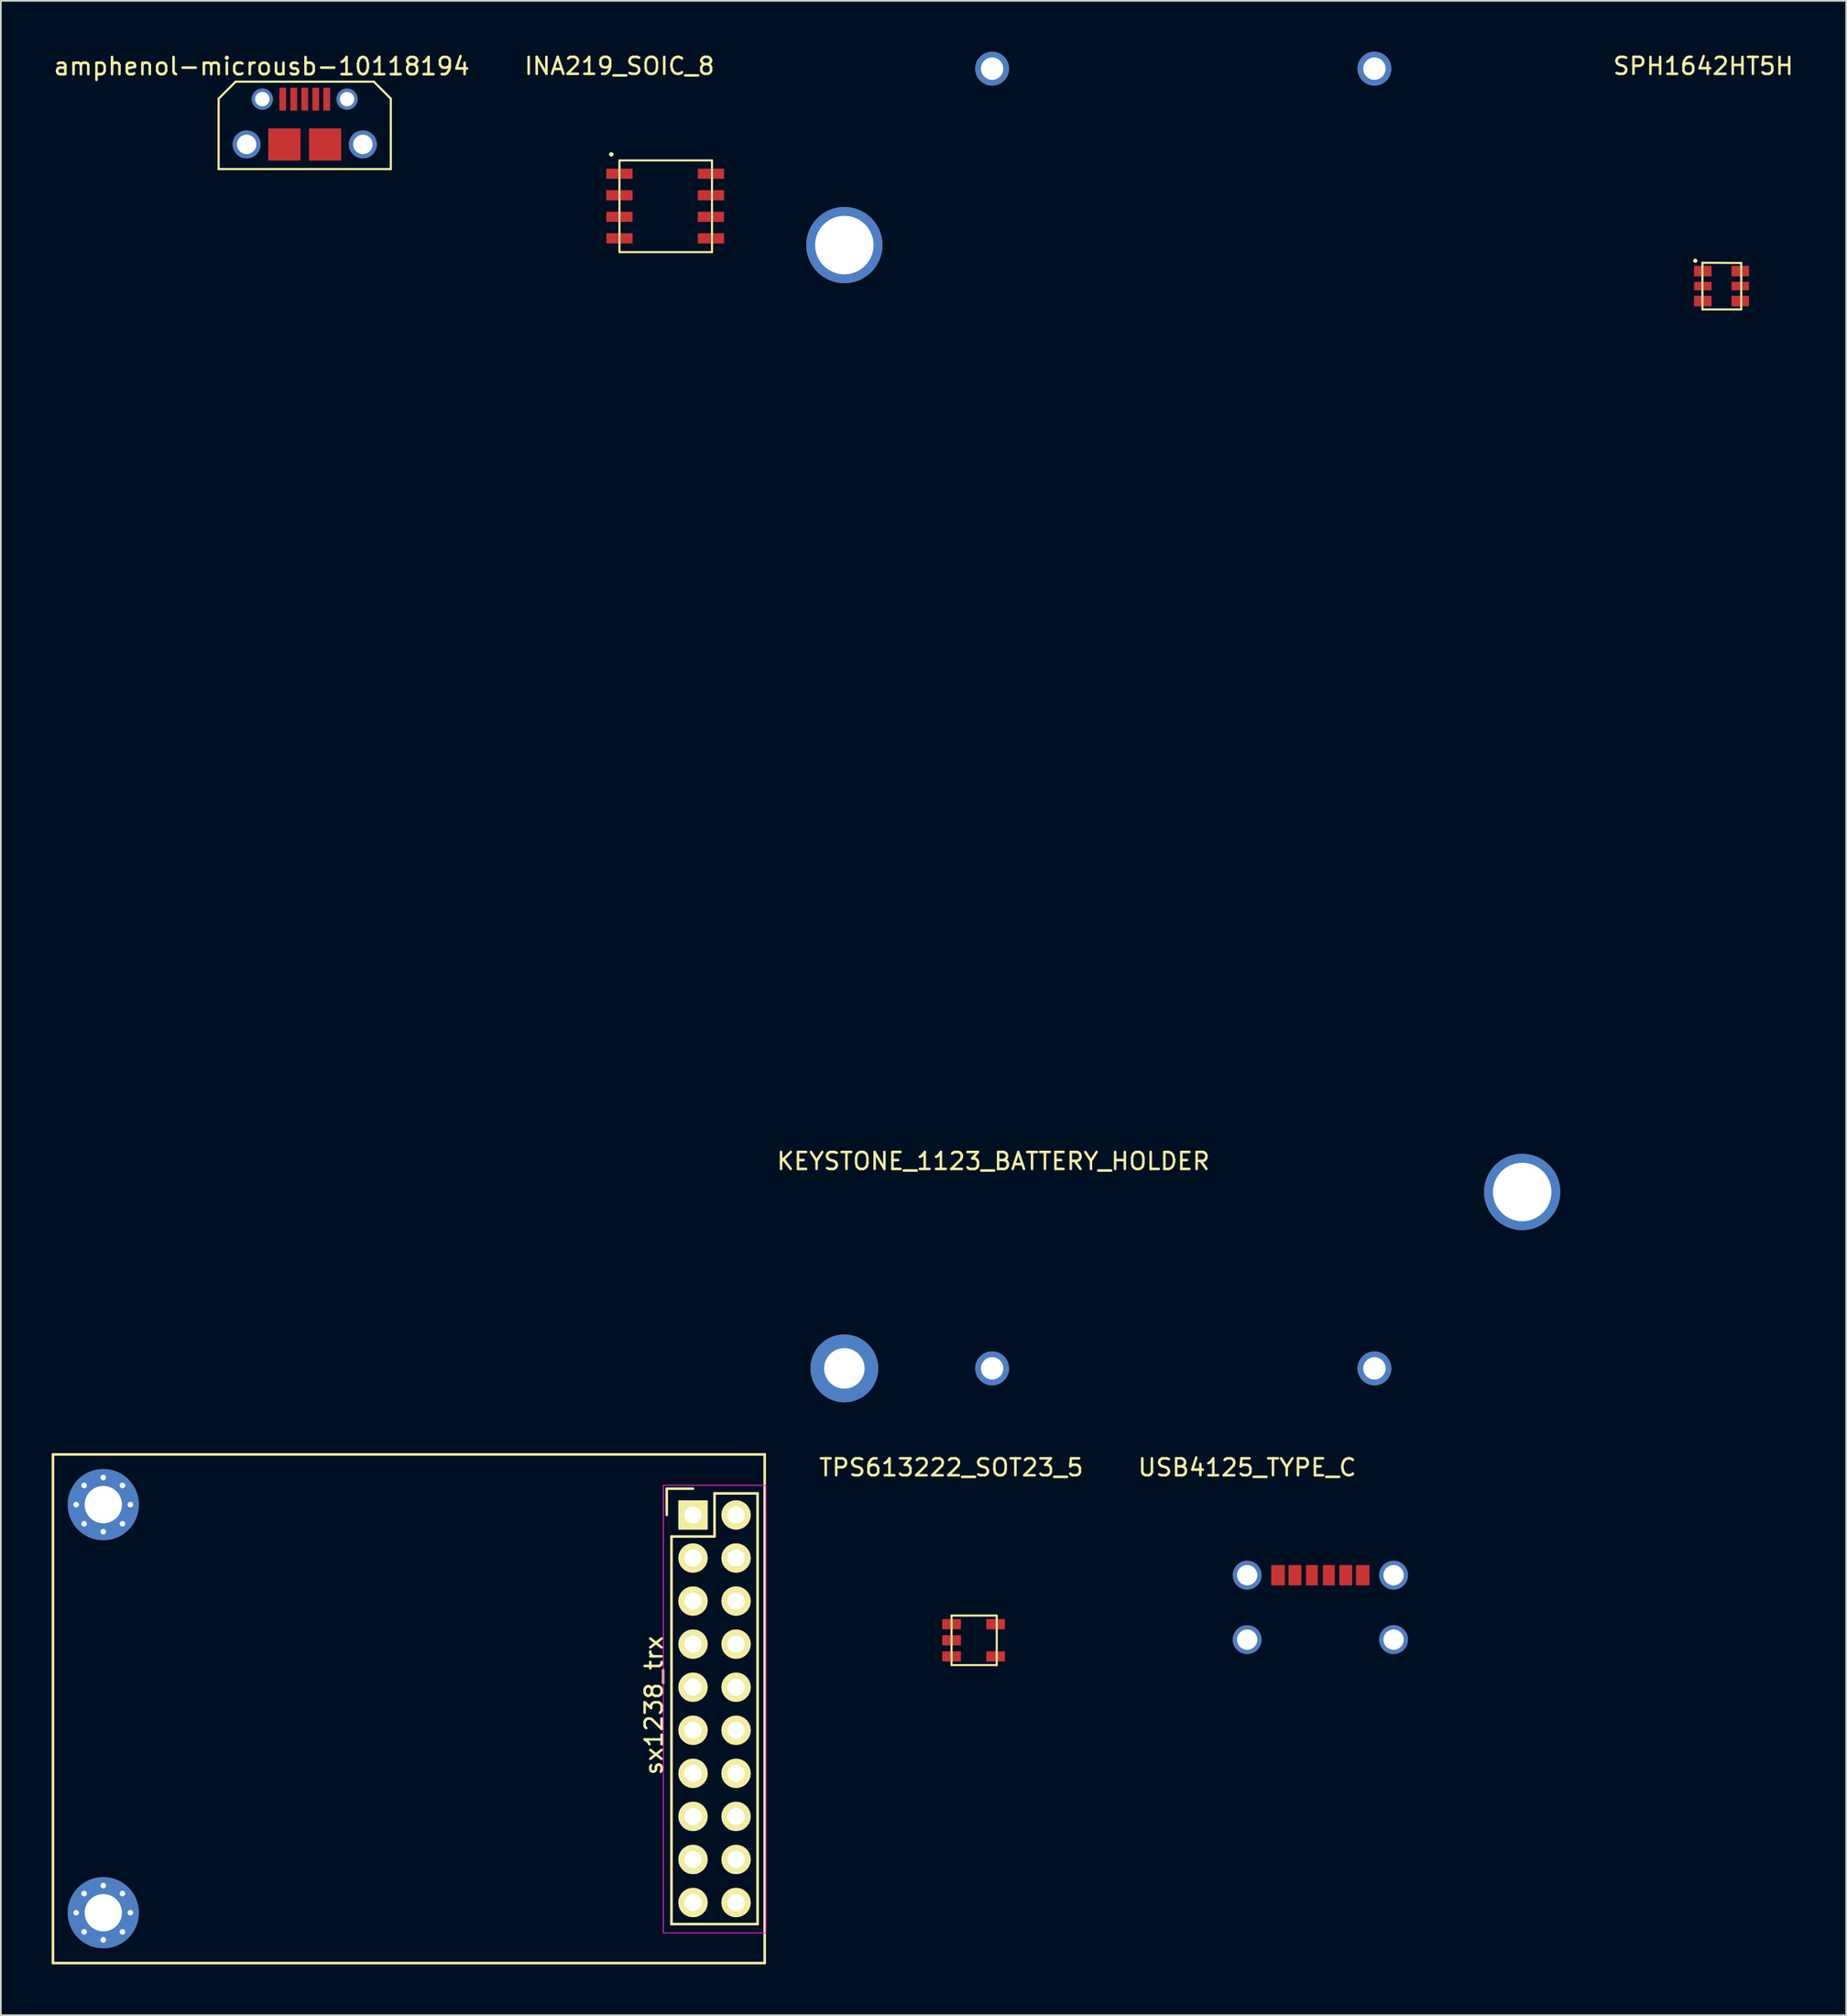
<source format=kicad_pcb>
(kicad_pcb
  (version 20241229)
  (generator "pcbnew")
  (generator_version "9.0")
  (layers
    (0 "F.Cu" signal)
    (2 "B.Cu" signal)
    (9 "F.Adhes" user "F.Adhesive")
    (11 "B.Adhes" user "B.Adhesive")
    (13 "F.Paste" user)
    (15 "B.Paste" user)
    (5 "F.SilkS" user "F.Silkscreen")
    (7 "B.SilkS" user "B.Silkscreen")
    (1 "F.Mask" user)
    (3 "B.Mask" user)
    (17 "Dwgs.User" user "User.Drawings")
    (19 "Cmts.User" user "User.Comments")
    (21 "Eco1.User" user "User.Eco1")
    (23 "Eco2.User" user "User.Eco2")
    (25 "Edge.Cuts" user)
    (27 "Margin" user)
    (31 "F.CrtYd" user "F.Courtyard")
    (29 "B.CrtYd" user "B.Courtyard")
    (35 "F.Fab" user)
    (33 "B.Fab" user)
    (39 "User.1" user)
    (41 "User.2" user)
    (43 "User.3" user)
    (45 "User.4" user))
  (footprint "KEYSTONE_1123_BATTERY_HOLDER"
    (layer "F.Cu")
    (at 55.495 77.66)
    (property "Reference" "KEYSTONE_1123_BATTERY_HOLDER" (at 0.07 -12.22 0) (layer "F.SilkS") (effects (font (size 1 1) (thickness 0.15))))
    (attr through_hole)
    (pad "" thru_hole circle (at -8.72 -66.255) (size 4.5 4.5) (drill 3.45) (layers "*.Cu" "*.Mask"))
    (pad "" thru_hole circle (at -8.72 0) (size 4 4) (drill 2.39) (layers "*.Cu" "*.Mask"))
    (pad "" thru_hole circle (at 31.28 -10.405) (size 4.5 4.5) (drill 3.45) (layers "*.Cu" "*.Mask"))
    (pad "1" thru_hole circle (at 0 -76.66) (size 2 2) (drill 1.32) (layers "*.Cu" "*.Mask"))
    (pad "1" thru_hole circle (at 22.56 0) (size 2 2) (drill 1.32) (layers "*.Cu" "*.Mask"))
    (pad "2" thru_hole circle (at 0 0) (size 2 2) (drill 1.32) (layers "*.Cu" "*.Mask"))
    (pad "2" thru_hole circle (at 22.56 -76.66) (size 2 2) (drill 1.32) (layers "*.Cu" "*.Mask")))
  (footprint "USB4125_TYPE_C"
    (layer "F.Cu")
    (at 70.545 89.858)
    (property "Reference" "USB4125_TYPE_C" (at 0 -6.35 0) (layer "F.SilkS") (effects (font (size 1 1) (thickness 0.15))))
    (attr through_hole)
    (pad "A5" smd rect (at 3.82 0) (size 0.7 1.2) (layers "F.Cu" "F.Mask" "F.Paste"))
    (pad "A9" smd rect (at 5.82 0) (size 0.76 1.2) (layers "F.Cu" "F.Mask" "F.Paste"))
    (pad "A12" smd rect (at 6.82 0) (size 0.8 1.2) (layers "F.Cu" "F.Mask" "F.Paste"))
    (pad "B5" smd rect (at 4.82 0) (size 0.7 1.2) (layers "F.Cu" "F.Mask" "F.Paste"))
    (pad "B9" smd rect (at 2.82 0) (size 0.76 1.2) (layers "F.Cu" "F.Mask" "F.Paste"))
    (pad "B12" smd rect (at 1.82 0) (size 0.8 1.2) (layers "F.Cu" "F.Mask" "F.Paste"))
    (pad "S1" thru_hole circle (at 0 0) (size 1.7 1.7) (drill 1.2) (layers "*.Cu" "*.Mask"))
    (pad "S1" thru_hole circle (at 0 3.8) (size 1.7 1.7) (drill 1.2) (layers "*.Cu" "*.Mask"))
    (pad "S1" thru_hole circle (at 8.64 0) (size 1.7 1.7) (drill 1.2) (layers "*.Cu" "*.Mask"))
    (pad "S1" thru_hole circle (at 8.64 3.8) (size 1.7 1.7) (drill 1.2) (layers "*.Cu" "*.Mask")))
  (footprint "amphenol-microusb-10118194"
    (layer "F.Cu")
    (at 14.932 4.067)
    (property "Reference" "amphenol-microusb-10118194" (at -2.54 -3.205 0) (layer "F.SilkS") (effects (font (size 1.016 1.016) (thickness 0.152))))
    (attr smd)
    (fp_line (start -5.08 -1.298) (end -4.079 -2.299) (stroke (width 0.127) (type solid)) (layer "F.SilkS"))
    (fp_line (start -5.08 2.855) (end -5.08 -1.298) (stroke (width 0.127) (type solid)) (layer "F.SilkS"))
    (fp_line (start -5.08 2.855) (end 5.08 2.855) (stroke (width 0.127) (type solid)) (layer "F.SilkS"))
    (fp_line (start -4.079 -2.299) (end 4.079 -2.299) (stroke (width 0.127) (type solid)) (layer "F.SilkS"))
    (fp_line (start -3.548 1.049) (end -3.548 1.748) (stroke (width 0.008) (type solid)) (layer "F.SilkS"))
    (fp_line (start 4.079 -2.299) (end 5.08 -1.298) (stroke (width 0.127) (type solid)) (layer "F.SilkS"))
    (fp_line (start 5.08 -1.298) (end 5.08 2.855) (stroke (width 0.127) (type solid)) (layer "F.SilkS"))
    (pad "1" smd rect (at -1.298 -1.27 180) (size 0.399 1.349) (layers "F.Cu" "F.Mask" "F.Paste"))
    (pad "2" smd rect (at -0.648 -1.27 180) (size 0.399 1.349) (layers "F.Cu" "F.Mask" "F.Paste"))
    (pad "3" smd rect (at 0 -1.27 180) (size 0.399 1.349) (layers "F.Cu" "F.Mask" "F.Paste"))
    (pad "4" smd rect (at 0.648 -1.27 180) (size 0.399 1.349) (layers "F.Cu" "F.Mask" "F.Paste"))
    (pad "5" smd rect (at 1.298 -1.27 180) (size 0.399 1.349) (layers "F.Cu" "F.Mask" "F.Paste"))
    (pad "S3" thru_hole circle (at 2.498 -1.27 180) (size 1.25 1.25) (drill 0.85) (layers "*.Cu" "*.Mask"))
    (pad "S4" thru_hole circle (at -2.502 -1.27 180) (size 1.25 1.25) (drill 0.85) (layers "*.Cu" "*.Mask"))
    (pad "S5" smd rect (at -1.199 1.405) (size 1.9 1.9) (layers "F.Cu" "F.Mask" "F.Paste"))
    (pad "S6" smd rect (at 1.199 1.405) (size 1.9 1.9) (layers "F.Cu" "F.Mask" "F.Paste"))
    (pad "SLOT" thru_hole circle (at -3.43 1.4) (size 1.65 1.65) (drill 1.15) (layers "*.Cu" "*.Mask"))
    (pad "SLOT" thru_hole circle (at 3.43 1.4) (size 1.65 1.65) (drill 1.15) (layers "*.Cu" "*.Mask")))
  (footprint "TPS613222_SOT23_5"
    (layer "F.Cu")
    (at 53.101 92.748)
    (property "Reference" "TPS613222_SOT23_5" (at -0.02 -9.24 0) (layer "F.SilkS") (effects (font (size 1 1) (thickness 0.15))))
    (attr through_hole)
    (fp_line (start 0 -0.508) (end 0 2.413) (stroke (width 0.12) (type solid)) (layer "F.SilkS"))
    (fp_line (start 0 2.413) (end 2.667 2.413) (stroke (width 0.12) (type solid)) (layer "F.SilkS"))
    (fp_line (start 2.667 -0.508) (end 0 -0.508) (stroke (width 0.12) (type solid)) (layer "F.SilkS"))
    (fp_line (start 2.667 2.413) (end 2.667 -0.508) (stroke (width 0.12) (type solid)) (layer "F.SilkS"))
    (pad "1" smd rect (at 0 0) (size 1.1 0.6) (layers "F.Cu" "F.Mask" "F.Paste"))
    (pad "2" smd rect (at 0 0.95) (size 1.1 0.6) (layers "F.Cu" "F.Mask" "F.Paste"))
    (pad "3" smd rect (at 0 1.9) (size 1.1 0.6) (layers "F.Cu" "F.Mask" "F.Paste"))
    (pad "4" smd rect (at 2.6 1.9) (size 1.1 0.6) (layers "F.Cu" "F.Mask" "F.Paste"))
    (pad "5" smd rect (at 2.6 0) (size 1.1 0.6) (layers "F.Cu" "F.Mask" "F.Paste")))
  (footprint "INA219_SOIC_8"
    (layer "F.Cu")
    (at 33.503 7.198)
    (property "Reference" "INA219_SOIC_8" (at 0 -6.35 0) (layer "F.SilkS") (effects (font (size 1 1) (thickness 0.15))))
    (attr through_hole)
    (fp_line (start 0 -0.787) (end 0.025 -0.737) (stroke (width 0.12) (type solid)) (layer "F.SilkS"))
    (fp_line (start 0 -0.737) (end 0 4.623) (stroke (width 0.12) (type solid)) (layer "F.SilkS"))
    (fp_line (start 0 4.623) (end 5.461 4.623) (stroke (width 0.12) (type solid)) (layer "F.SilkS"))
    (fp_line (start 5.461 -0.787) (end 0 -0.787) (stroke (width 0.12) (type solid)) (layer "F.SilkS"))
    (fp_line (start 5.461 4.623) (end 5.461 -0.787) (stroke (width 0.12) (type solid)) (layer "F.SilkS"))
    (fp_circle (center -0.483 -1.143) (end -0.432 -1.092) (stroke (width 0.12) (type solid)) (fill no) (layer "F.SilkS"))
    (pad "1" smd rect (at 0 0) (size 1.55 0.6) (layers "F.Cu" "F.Mask" "F.Paste"))
    (pad "2" smd rect (at 0 1.27) (size 1.55 0.6) (layers "F.Cu" "F.Mask" "F.Paste"))
    (pad "3" smd rect (at 0 2.54) (size 1.55 0.6) (layers "F.Cu" "F.Mask" "F.Paste"))
    (pad "4" smd rect (at 0 3.81) (size 1.55 0.6) (layers "F.Cu" "F.Mask" "F.Paste"))
    (pad "5" smd rect (at 5.4 3.81) (size 1.55 0.6) (layers "F.Cu" "F.Mask" "F.Paste"))
    (pad "6" smd rect (at 5.4 2.54) (size 1.55 0.6) (layers "F.Cu" "F.Mask" "F.Paste"))
    (pad "7" smd rect (at 5.4 1.27) (size 1.55 0.6) (layers "F.Cu" "F.Mask" "F.Paste"))
    (pad "8" smd rect (at 5.4 0) (size 1.55 0.6) (layers "F.Cu" "F.Mask" "F.Paste")))
  (footprint "sx1238_trx"
    (layer "F.Cu")
    (at 37.845 86.305)
    (property "Reference" "sx1238_trx" (at -2.31 11.24 90) (layer "F.SilkS") (effects (font (size 1 1) (thickness 0.15))))
    (attr through_hole)
    (fp_line (start -37.77 -3.57) (end 4.23 -3.57) (stroke (width 0.15) (type solid)) (layer "F.SilkS"))
    (fp_line (start -37.77 26.43) (end -37.77 -3.57) (stroke (width 0.15) (type solid)) (layer "F.SilkS"))
    (fp_line (start -1.55 -1.55) (end -1.55 0) (stroke (width 0.15) (type solid)) (layer "F.SilkS"))
    (fp_line (start -1.27 1.27) (end -1.27 24.13) (stroke (width 0.15) (type solid)) (layer "F.SilkS"))
    (fp_line (start 0 -1.55) (end -1.55 -1.55) (stroke (width 0.15) (type solid)) (layer "F.SilkS"))
    (fp_line (start 1.27 -1.27) (end 1.27 1.27) (stroke (width 0.15) (type solid)) (layer "F.SilkS"))
    (fp_line (start 1.27 1.27) (end -1.27 1.27) (stroke (width 0.15) (type solid)) (layer "F.SilkS"))
    (fp_line (start 3.81 -1.27) (end 1.27 -1.27) (stroke (width 0.15) (type solid)) (layer "F.SilkS"))
    (fp_line (start 3.81 24.13) (end -1.27 24.13) (stroke (width 0.15) (type solid)) (layer "F.SilkS"))
    (fp_line (start 3.81 24.13) (end 3.81 -1.27) (stroke (width 0.15) (type solid)) (layer "F.SilkS"))
    (fp_line (start 4.23 -3.57) (end 4.23 -3.57) (stroke (width 0.15) (type solid)) (layer "F.SilkS"))
    (fp_line (start 4.23 -3.57) (end 4.23 26.43) (stroke (width 0.15) (type solid)) (layer "F.SilkS"))
    (fp_line (start 4.23 26.43) (end -37.77 26.43) (stroke (width 0.15) (type solid)) (layer "F.SilkS"))
    (fp_line (start -1.75 -1.75) (end -1.75 24.65) (stroke (width 0.05) (type solid)) (layer "F.CrtYd"))
    (fp_line (start -1.75 -1.75) (end 4.3 -1.75) (stroke (width 0.05) (type solid)) (layer "F.CrtYd"))
    (fp_line (start -1.75 24.65) (end 4.3 24.65) (stroke (width 0.05) (type solid)) (layer "F.CrtYd"))
    (fp_line (start 4.3 -1.75) (end 4.3 24.65) (stroke (width 0.05) (type solid)) (layer "F.CrtYd"))
    (pad "1" thru_hole circle (at -36.4 -0.61) (size 0.635 0.635) (drill 0.33) (layers "*.Cu" "*.Mask"))
    (pad "1" thru_hole circle (at -36.4 23.46) (size 0.635 0.635) (drill 0.33) (layers "*.Cu" "*.Mask"))
    (pad "1" thru_hole circle (at -35.931 -1.741) (size 0.635 0.635) (drill 0.33) (layers "*.Cu" "*.Mask"))
    (pad "1" thru_hole circle (at -35.931 0.521) (size 0.635 0.635) (drill 0.33) (layers "*.Cu" "*.Mask"))
    (pad "1" thru_hole circle (at -35.931 22.329) (size 0.635 0.635) (drill 0.33) (layers "*.Cu" "*.Mask"))
    (pad "1" thru_hole circle (at -35.931 24.591) (size 0.635 0.635) (drill 0.33) (layers "*.Cu" "*.Mask"))
    (pad "1" thru_hole circle (at -34.8 -2.21) (size 0.635 0.635) (drill 0.33) (layers "*.Cu" "*.Mask"))
    (pad "1" thru_hole circle (at -34.8 -0.61) (size 4.2 4.2) (drill 2.2) (layers "*.Cu" "*.Mask"))
    (pad "1" thru_hole circle (at -34.8 0.99) (size 0.635 0.635) (drill 0.33) (layers "*.Cu" "*.Mask"))
    (pad "1" thru_hole circle (at -34.8 21.86) (size 0.635 0.635) (drill 0.33) (layers "*.Cu" "*.Mask"))
    (pad "1" thru_hole circle (at -34.8 23.46) (size 4.2 4.2) (drill 2.2) (layers "*.Cu" "*.Mask"))
    (pad "1" thru_hole circle (at -34.8 25.06) (size 0.635 0.635) (drill 0.33) (layers "*.Cu" "*.Mask"))
    (pad "1" thru_hole circle (at -33.669 -1.741) (size 0.635 0.635) (drill 0.33) (layers "*.Cu" "*.Mask"))
    (pad "1" thru_hole circle (at -33.669 0.521) (size 0.635 0.635) (drill 0.33) (layers "*.Cu" "*.Mask"))
    (pad "1" thru_hole circle (at -33.669 22.329) (size 0.635 0.635) (drill 0.33) (layers "*.Cu" "*.Mask"))
    (pad "1" thru_hole circle (at -33.669 24.591) (size 0.635 0.635) (drill 0.33) (layers "*.Cu" "*.Mask"))
    (pad "1" thru_hole circle (at -33.2 -0.61) (size 0.635 0.635) (drill 0.33) (layers "*.Cu" "*.Mask"))
    (pad "1" thru_hole circle (at -33.2 23.46) (size 0.635 0.635) (drill 0.33) (layers "*.Cu" "*.Mask"))
    (pad "1" thru_hole rect (at 0 0) (size 1.727 1.727) (drill 1.016) (layers "*.Cu" "*.Mask" "F.SilkS"))
    (pad "2" thru_hole oval (at 2.54 0) (size 1.727 1.727) (drill 1.016) (layers "*.Cu" "*.Mask" "F.SilkS"))
    (pad "3" thru_hole oval (at 0 2.54) (size 1.727 1.727) (drill 1.016) (layers "*.Cu" "*.Mask" "F.SilkS"))
    (pad "4" thru_hole oval (at 2.54 2.54) (size 1.727 1.727) (drill 1.016) (layers "*.Cu" "*.Mask" "F.SilkS"))
    (pad "5" thru_hole oval (at 0 5.08) (size 1.727 1.727) (drill 1.016) (layers "*.Cu" "*.Mask" "F.SilkS"))
    (pad "6" thru_hole oval (at 2.54 5.08) (size 1.727 1.727) (drill 1.016) (layers "*.Cu" "*.Mask" "F.SilkS"))
    (pad "7" thru_hole oval (at 0 7.62) (size 1.727 1.727) (drill 1.016) (layers "*.Cu" "*.Mask" "F.SilkS"))
    (pad "8" thru_hole oval (at 2.54 7.62) (size 1.727 1.727) (drill 1.016) (layers "*.Cu" "*.Mask" "F.SilkS"))
    (pad "9" thru_hole oval (at 0 10.16) (size 1.727 1.727) (drill 1.016) (layers "*.Cu" "*.Mask" "F.SilkS"))
    (pad "10" thru_hole oval (at 2.54 10.16) (size 1.727 1.727) (drill 1.016) (layers "*.Cu" "*.Mask" "F.SilkS"))
    (pad "11" thru_hole oval (at 0 12.7) (size 1.727 1.727) (drill 1.016) (layers "*.Cu" "*.Mask" "F.SilkS"))
    (pad "12" thru_hole oval (at 2.54 12.7) (size 1.727 1.727) (drill 1.016) (layers "*.Cu" "*.Mask" "F.SilkS"))
    (pad "13" thru_hole oval (at 0 15.24) (size 1.727 1.727) (drill 1.016) (layers "*.Cu" "*.Mask" "F.SilkS"))
    (pad "14" thru_hole oval (at 2.54 15.24) (size 1.727 1.727) (drill 1.016) (layers "*.Cu" "*.Mask" "F.SilkS"))
    (pad "15" thru_hole oval (at 0 17.78) (size 1.727 1.727) (drill 1.016) (layers "*.Cu" "*.Mask" "F.SilkS"))
    (pad "16" thru_hole oval (at 2.54 17.78) (size 1.727 1.727) (drill 1.016) (layers "*.Cu" "*.Mask" "F.SilkS"))
    (pad "17" thru_hole oval (at 0 20.32) (size 1.727 1.727) (drill 1.016) (layers "*.Cu" "*.Mask" "F.SilkS"))
    (pad "18" thru_hole oval (at 2.54 20.32) (size 1.727 1.727) (drill 1.016) (layers "*.Cu" "*.Mask" "F.SilkS"))
    (pad "19" thru_hole oval (at 0 22.86) (size 1.727 1.727) (drill 1.016) (layers "*.Cu" "*.Mask" "F.SilkS"))
    (pad "20" thru_hole oval (at 2.54 22.86) (size 1.727 1.727) (drill 1.016) (layers "*.Cu" "*.Mask" "F.SilkS")))
  (footprint "SPH1642HT5H"
    (layer "F.Cu")
    (at 97.409 12.939)
    (property "Reference" "SPH1642HT5H" (at 0.051 -12.09 0) (layer "F.SilkS") (effects (font (size 1 1) (thickness 0.15))))
    (attr through_hole)
    (fp_line (start 0 -0.49) (end 0 2.26) (stroke (width 0.12) (type solid)) (layer "F.SilkS"))
    (fp_line (start 0 2.26) (end 2.29 2.26) (stroke (width 0.12) (type solid)) (layer "F.SilkS"))
    (fp_line (start 2.29 -0.48) (end 0 -0.49) (stroke (width 0.12) (type solid)) (layer "F.SilkS"))
    (fp_line (start 2.29 2.26) (end 2.29 -0.48) (stroke (width 0.12) (type solid)) (layer "F.SilkS"))
    (fp_circle (center -0.42 -0.61) (end -0.38 -0.56) (stroke (width 0.12) (type solid)) (fill no) (layer "F.SilkS"))
    (pad "1" smd rect (at 0.025 0) (size 1.032 0.622) (layers "F.Cu" "F.Mask" "F.Paste"))
    (pad "2" smd rect (at 0.025 0.884) (size 1.032 0.5) (layers "F.Cu" "F.Mask" "F.Paste"))
    (pad "3" smd rect (at 0.025 1.768) (size 1.032 0.622) (layers "F.Cu" "F.Mask" "F.Paste"))
    (pad "4" smd rect (at 2.233 1.768) (size 1.032 0.622) (layers "F.Cu" "F.Mask" "F.Paste"))
    (pad "5" smd rect (at 2.233 0.884) (size 1.032 0.5) (layers "F.Cu" "F.Mask" "F.Paste"))
    (pad "6" smd rect (at 2.233 0) (size 1.032 0.622) (layers "F.Cu" "F.Mask" "F.Paste")))
  (gr_rect
    (start -3 -3)
    (end 105.894 115.81)
    (stroke (width 0.1) (type default))
    (fill no)
    (layer "Edge.Cuts")))
</source>
